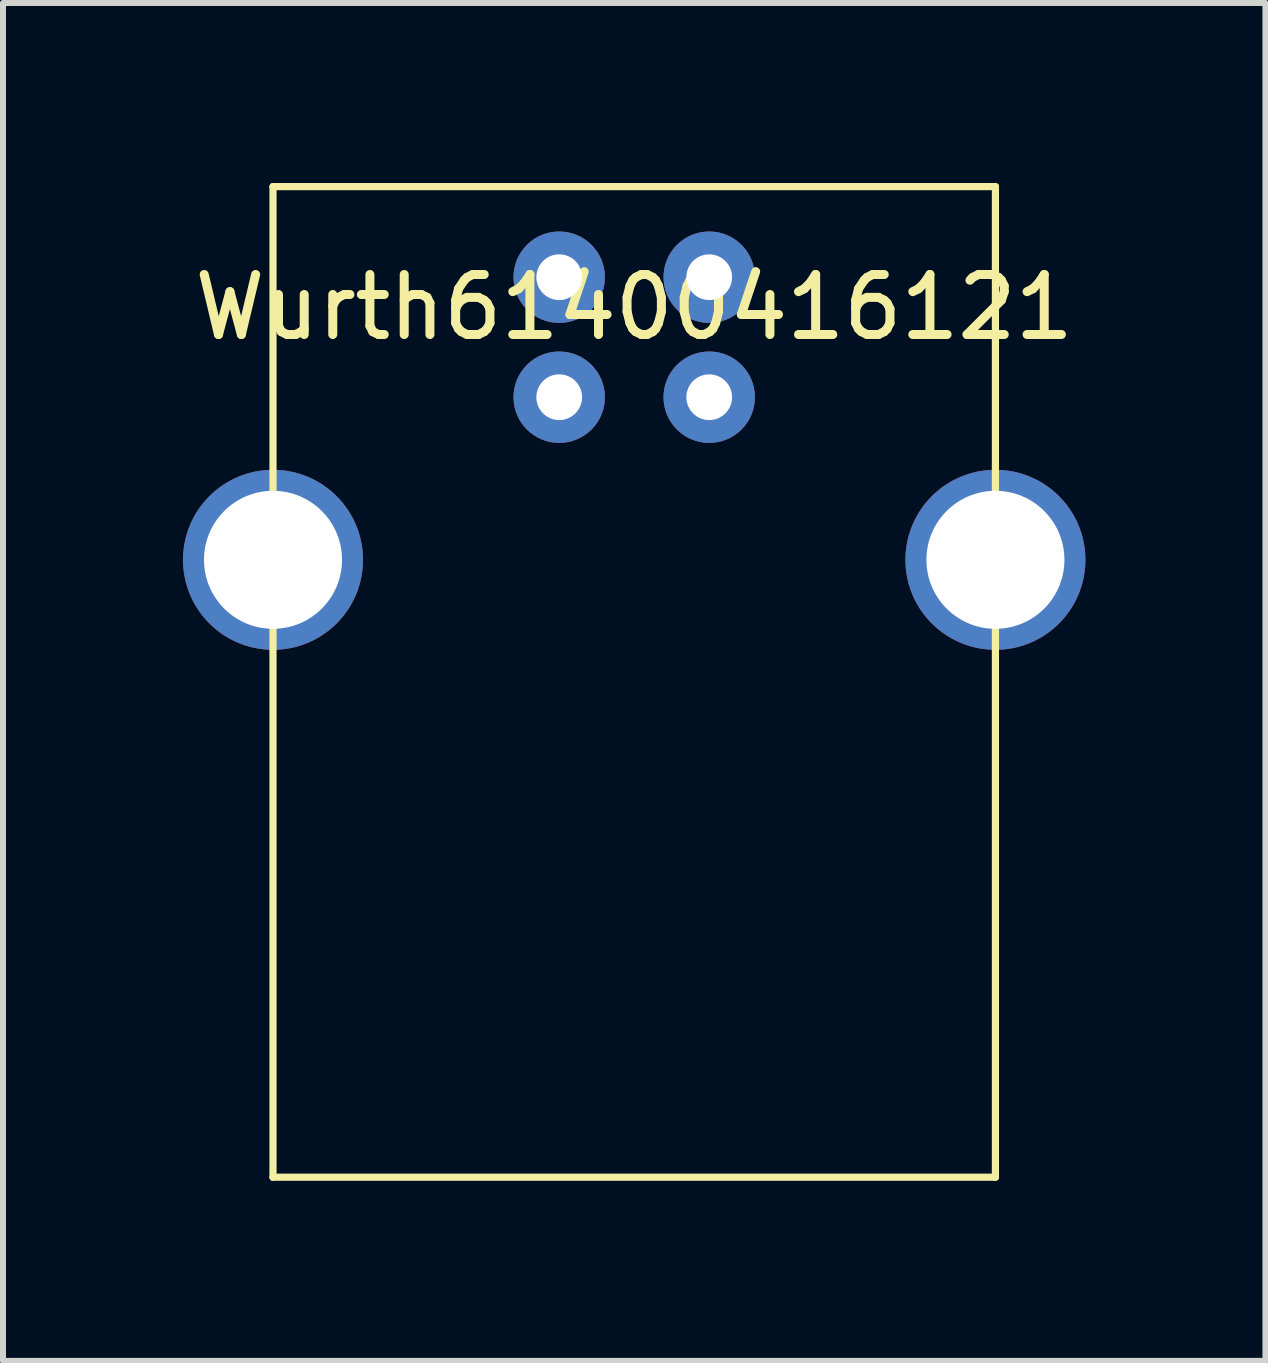
<source format=kicad_pcb>
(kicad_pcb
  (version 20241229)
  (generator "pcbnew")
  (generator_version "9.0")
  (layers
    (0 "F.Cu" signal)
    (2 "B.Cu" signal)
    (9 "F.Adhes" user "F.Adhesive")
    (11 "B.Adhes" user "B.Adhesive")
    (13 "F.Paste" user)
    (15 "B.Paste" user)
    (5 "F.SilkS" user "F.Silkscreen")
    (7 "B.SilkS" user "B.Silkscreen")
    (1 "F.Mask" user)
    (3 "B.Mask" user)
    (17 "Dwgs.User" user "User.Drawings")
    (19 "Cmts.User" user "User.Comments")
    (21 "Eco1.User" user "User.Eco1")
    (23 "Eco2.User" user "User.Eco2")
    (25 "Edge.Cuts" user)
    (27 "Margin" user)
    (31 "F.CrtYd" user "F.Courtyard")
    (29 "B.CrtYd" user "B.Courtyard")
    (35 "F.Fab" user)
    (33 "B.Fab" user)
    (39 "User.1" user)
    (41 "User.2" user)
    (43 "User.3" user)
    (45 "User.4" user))
  (footprint "Wurth61400416121"
    (layer "F.Cu")
    (at 7.52 1.57)
    (property "Reference" "Wurth61400416121" (at 0 0.5 0) (layer "F.SilkS") (effects (font (size 1 1) (thickness 0.15))))
    (attr through_hole)
    (fp_line (start -6.02 -1.51) (end -6.02 15) (stroke (width 0.12) (type solid)) (layer "F.SilkS"))
    (fp_line (start -6.02 -1.51) (end 6.02 -1.51) (stroke (width 0.12) (type solid)) (layer "F.SilkS"))
    (fp_line (start -6.02 15) (end 6.02 15) (stroke (width 0.12) (type solid)) (layer "F.SilkS"))
    (fp_line (start 6.02 -1.51) (end 6.02 15) (stroke (width 0.12) (type solid)) (layer "F.SilkS"))
    (pad "1" thru_hole circle (at 1.25 0) (size 1.524 1.524) (drill 0.762) (layers "*.Cu" "*.Mask"))
    (pad "2" thru_hole circle (at -1.25 0) (size 1.524 1.524) (drill 0.762) (layers "*.Cu" "*.Mask"))
    (pad "3" thru_hole circle (at -1.25 2) (size 1.524 1.524) (drill 0.762) (layers "*.Cu" "*.Mask"))
    (pad "4" thru_hole circle (at 1.25 2) (size 1.524 1.524) (drill 0.762) (layers "*.Cu" "*.Mask"))
    (pad "5" thru_hole circle (at -6.02 4.71) (size 3 3) (drill 2.3) (layers "*.Cu" "*.Mask"))
    (pad "5" thru_hole circle (at 6.02 4.71) (size 3 3) (drill 2.3) (layers "*.Cu" "*.Mask")))
  (gr_rect
    (start -3 -3)
    (end 18.04 19.63)
    (stroke (width 0.1) (type default))
    (fill no)
    (layer "Edge.Cuts")))
</source>
